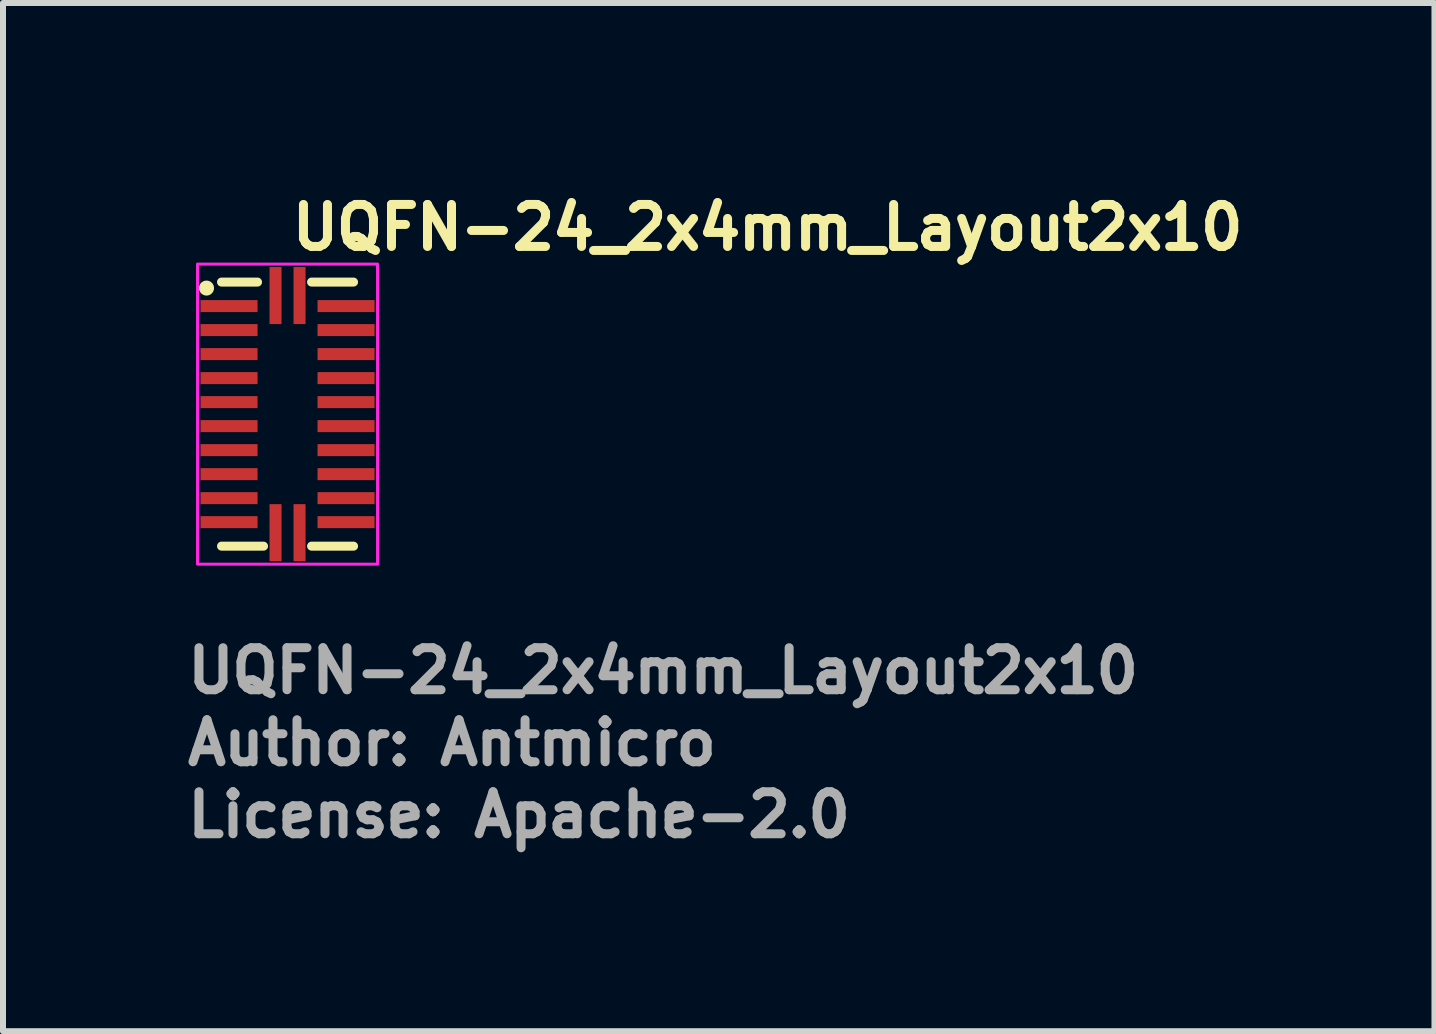
<source format=kicad_pcb>
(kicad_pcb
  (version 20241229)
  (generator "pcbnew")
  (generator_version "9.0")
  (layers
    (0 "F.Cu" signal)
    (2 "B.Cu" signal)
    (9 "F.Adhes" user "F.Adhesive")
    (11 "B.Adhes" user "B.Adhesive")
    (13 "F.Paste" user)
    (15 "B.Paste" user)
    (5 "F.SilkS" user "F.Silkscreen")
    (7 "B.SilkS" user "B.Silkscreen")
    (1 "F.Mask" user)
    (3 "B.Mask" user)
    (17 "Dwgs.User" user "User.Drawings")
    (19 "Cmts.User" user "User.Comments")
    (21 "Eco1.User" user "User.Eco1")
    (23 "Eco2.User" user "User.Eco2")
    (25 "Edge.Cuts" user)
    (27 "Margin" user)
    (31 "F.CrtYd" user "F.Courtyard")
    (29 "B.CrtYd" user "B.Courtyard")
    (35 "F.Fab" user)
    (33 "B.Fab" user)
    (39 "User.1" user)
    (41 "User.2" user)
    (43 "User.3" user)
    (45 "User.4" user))
  (footprint "UQFN-24_2x4mm_Layout2x10"
    (layer "F.Cu")
    (at 1.741 3.85)
    (property "Reference" "UQFN-24_2x4mm_Layout2x10" (at 0 -2.7 0) (unlocked yes) (layer "F.SilkS") (effects (font (size 0.7 0.7) (thickness 0.15)) (justify left bottom)))
    (attr smd)
    (fp_line (start -0.5 -2.2) (end -1.1 -2.2) (stroke (width 0.15) (type solid)) (layer "F.SilkS"))
    (fp_line (start -0.4 2.2) (end -1.1 2.2) (stroke (width 0.15) (type solid)) (layer "F.SilkS"))
    (fp_line (start 1.1 -2.2) (end 0.4 -2.2) (stroke (width 0.15) (type solid)) (layer "F.SilkS"))
    (fp_line (start 1.1 2.2) (end 0.4 2.2) (stroke (width 0.15) (type solid)) (layer "F.SilkS"))
    (fp_circle (center -1.35 -2.1) (end -1.3 -2.1) (stroke (width 0.15) (type solid)) (fill yes) (layer "F.SilkS"))
    (fp_rect (start -1.5 -2.5) (end 1.5 2.5) (stroke (width 0.05) (type solid)) (fill no) (layer "F.CrtYd"))
    (fp_rect (start -1 -2) (end 1 2) (stroke (width 0.1) (type solid)) (fill no) (layer "User.5"))
    (fp_line (start -1 -2) (end -1 2) (stroke (width 0.02) (type solid)) (layer "User.9"))
    (fp_line (start -1 2) (end 1 2) (stroke (width 0.02) (type solid)) (layer "User.9"))
    (fp_line (start 1 -2) (end -1 -2) (stroke (width 0.02) (type solid)) (layer "User.9"))
    (fp_line (start 1 2) (end 1 -2) (stroke (width 0.02) (type solid)) (layer "User.9"))
    (fp_text user "${REFERENCE}" (at -1.741 4.686 0) (layer "F.Fab") (effects (font (size 0.7 0.7) (thickness 0.15)) (justify left bottom)))
    (fp_text user "License: Apache-2.0" (at -1.741 7.086 0) (layer "F.Fab") (effects (font (size 0.7 0.7) (thickness 0.15)) (justify left bottom)))
    (fp_text user "Author: Antmicro" (at -1.741 5.886 0) (layer "F.Fab") (effects (font (size 0.7 0.7) (thickness 0.15)) (justify left bottom)))
    (pad "1" smd rect (at -0.975 -1.8 270) (size 0.2 0.95) (layers "F.Cu" "F.Mask" "F.Paste"))
    (pad "2" smd rect (at -0.975 -1.4 270) (size 0.2 0.95) (layers "F.Cu" "F.Mask" "F.Paste"))
    (pad "3" smd rect (at -0.975 -1 270) (size 0.2 0.95) (layers "F.Cu" "F.Mask" "F.Paste"))
    (pad "4" smd rect (at -0.975 -0.6 270) (size 0.2 0.95) (layers "F.Cu" "F.Mask" "F.Paste"))
    (pad "5" smd rect (at -0.975 -0.2 270) (size 0.2 0.95) (layers "F.Cu" "F.Mask" "F.Paste"))
    (pad "6" smd rect (at -0.975 0.2 270) (size 0.2 0.95) (layers "F.Cu" "F.Mask" "F.Paste"))
    (pad "7" smd rect (at -0.975 0.6 270) (size 0.2 0.95) (layers "F.Cu" "F.Mask" "F.Paste"))
    (pad "8" smd rect (at -0.975 1 270) (size 0.2 0.95) (layers "F.Cu" "F.Mask" "F.Paste"))
    (pad "9" smd rect (at -0.975 1.4 270) (size 0.2 0.95) (layers "F.Cu" "F.Mask" "F.Paste"))
    (pad "10" smd rect (at -0.975 1.8 270) (size 0.2 0.95) (layers "F.Cu" "F.Mask" "F.Paste"))
    (pad "11" smd rect (at -0.2 1.975 180) (size 0.2 0.95) (layers "F.Cu" "F.Mask" "F.Paste"))
    (pad "12" smd rect (at 0.2 1.975 180) (size 0.2 0.95) (layers "F.Cu" "F.Mask" "F.Paste"))
    (pad "13" smd rect (at 0.975 1.8 270) (size 0.2 0.95) (layers "F.Cu" "F.Mask" "F.Paste"))
    (pad "14" smd rect (at 0.975 1.4 270) (size 0.2 0.95) (layers "F.Cu" "F.Mask" "F.Paste"))
    (pad "15" smd rect (at 0.975 1 270) (size 0.2 0.95) (layers "F.Cu" "F.Mask" "F.Paste"))
    (pad "16" smd rect (at 0.975 0.6 270) (size 0.2 0.95) (layers "F.Cu" "F.Mask" "F.Paste"))
    (pad "17" smd rect (at 0.975 0.2 270) (size 0.2 0.95) (layers "F.Cu" "F.Mask" "F.Paste"))
    (pad "18" smd rect (at 0.975 -0.2 270) (size 0.2 0.95) (layers "F.Cu" "F.Mask" "F.Paste"))
    (pad "19" smd rect (at 0.975 -0.6 270) (size 0.2 0.95) (layers "F.Cu" "F.Mask" "F.Paste"))
    (pad "20" smd rect (at 0.975 -1 270) (size 0.2 0.95) (layers "F.Cu" "F.Mask" "F.Paste"))
    (pad "21" smd rect (at 0.975 -1.4 270) (size 0.2 0.95) (layers "F.Cu" "F.Mask" "F.Paste"))
    (pad "22" smd rect (at 0.975 -1.8 270) (size 0.2 0.95) (layers "F.Cu" "F.Mask" "F.Paste"))
    (pad "23" smd rect (at 0.2 -1.975 180) (size 0.2 0.95) (layers "F.Cu" "F.Mask" "F.Paste"))
    (pad "24" smd rect (at -0.2 -1.975 180) (size 0.2 0.95) (layers "F.Cu" "F.Mask" "F.Paste")))
  (gr_rect
    (start -3 -3)
    (end 20.851 14.132)
    (stroke (width 0.1) (type default))
    (fill no)
    (layer "Edge.Cuts")))
</source>
